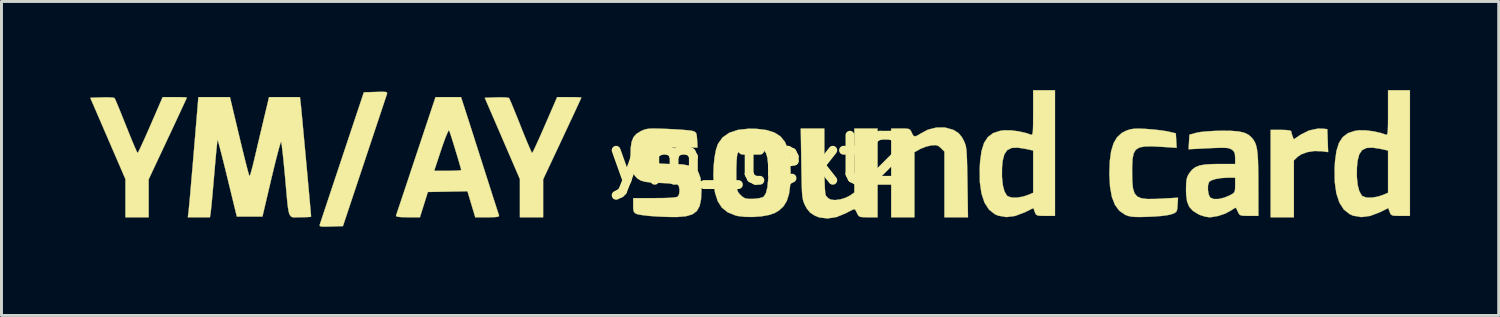
<source format=kicad_pcb>
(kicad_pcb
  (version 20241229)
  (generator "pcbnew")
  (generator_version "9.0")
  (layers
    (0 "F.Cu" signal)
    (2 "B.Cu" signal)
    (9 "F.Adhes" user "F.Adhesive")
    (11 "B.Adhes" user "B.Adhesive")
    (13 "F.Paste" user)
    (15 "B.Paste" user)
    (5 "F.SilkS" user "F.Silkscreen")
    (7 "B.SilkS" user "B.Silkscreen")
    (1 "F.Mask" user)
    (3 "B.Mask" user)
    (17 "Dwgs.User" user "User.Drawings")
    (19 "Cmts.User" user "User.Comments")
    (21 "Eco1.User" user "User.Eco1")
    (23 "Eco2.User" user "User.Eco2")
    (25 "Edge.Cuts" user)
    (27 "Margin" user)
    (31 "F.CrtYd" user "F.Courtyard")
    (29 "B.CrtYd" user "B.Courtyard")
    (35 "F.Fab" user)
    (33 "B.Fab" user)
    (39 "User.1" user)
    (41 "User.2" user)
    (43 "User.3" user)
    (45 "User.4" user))
  (footprint "ym_text2"
    (layer "F.Cu")
    (at 22.622 2.36)
    (property "Reference" "ym_text2" (at 0 0 0) (layer "F.SilkS") (effects (font (size 1.524 1.524) (thickness 0.3))))
    (attr through_hole)
    (fp_poly (pts (xy 19.099 -1.055) (xy 19.235 -1.039) (xy 19.248 -0.652) (xy 19.262 -0.264) (xy 19.053 -0.293) (xy 18.802 -0.301) (xy 18.557 -0.263) (xy 18.349 -0.187) (xy 18.232 -0.106) (xy 18.103 0.017) (xy 18.103 1.94) (xy 17.318 1.94) (xy 17.318 -1.016) (xy 17.665 -1.016) (xy 17.83 -1.011) (xy 17.953 -0.997) (xy 18.009 -0.977) (xy 18.011 -0.973) (xy 18.026 -0.9) (xy 18.055 -0.813) (xy 18.1 -0.696) (xy 18.333 -0.853) (xy 18.618 -0.996) (xy 18.919 -1.059) (xy 19.099 -1.055)) (stroke (width 0.01) (type solid)) (fill yes) (layer "F.SilkS"))
    (fp_poly (pts (xy -12.647 -2.301) (xy -12.589 -2.287) (xy -12.574 -2.259) (xy -12.581 -2.23) (xy -12.6 -2.171) (xy -12.646 -2.033) (xy -12.715 -1.825) (xy -12.805 -1.555) (xy -12.912 -1.233) (xy -13.034 -0.867) (xy -13.168 -0.465) (xy -13.311 -0.036) (xy -13.338 0.046) (xy -14.07 2.24) (xy -14.474 2.253) (xy -14.667 2.258) (xy -14.785 2.255) (xy -14.843 2.241) (xy -14.858 2.213) (xy -14.851 2.184) (xy -14.832 2.125) (xy -14.786 1.987) (xy -14.717 1.779) (xy -14.627 1.509) (xy -14.52 1.187) (xy -14.398 0.82) (xy -14.264 0.419) (xy -14.121 -0.01) (xy -14.094 -0.092) (xy -13.362 -2.286) (xy -12.958 -2.299) (xy -12.765 -2.304) (xy -12.647 -2.301)) (stroke (width 0.01) (type solid)) (fill yes) (layer "F.SilkS"))
    (fp_poly (pts (xy -19.578 -2.123) (xy -19.438 -2.118) (xy -19.36 -2.112) (xy -19.35 -2.109) (xy -19.369 -2.065) (xy -19.423 -1.948) (xy -19.507 -1.766) (xy -19.616 -1.531) (xy -19.746 -1.252) (xy -19.893 -0.938) (xy -19.997 -0.717) (xy -20.643 0.659) (xy -20.643 1.94) (xy -21.428 1.94) (xy -21.428 0.651) (xy -22.617 -2.101) (xy -22.223 -2.115) (xy -22.041 -2.117) (xy -21.895 -2.111) (xy -21.809 -2.098) (xy -21.797 -2.092) (xy -21.771 -2.04) (xy -21.717 -1.915) (xy -21.64 -1.73) (xy -21.546 -1.499) (xy -21.44 -1.235) (xy -21.403 -1.143) (xy -21.295 -0.873) (xy -21.198 -0.635) (xy -21.116 -0.442) (xy -21.055 -0.305) (xy -21.021 -0.237) (xy -21.016 -0.232) (xy -20.991 -0.272) (xy -20.935 -0.386) (xy -20.854 -0.56) (xy -20.753 -0.783) (xy -20.638 -1.043) (xy -20.579 -1.178) (xy -20.169 -2.124) (xy -19.759 -2.124) (xy -19.578 -2.123)) (stroke (width 0.01) (type solid)) (fill yes) (layer "F.SilkS"))
    (fp_poly (pts (xy -6.231 -2.123) (xy -6.091 -2.118) (xy -6.013 -2.112) (xy -6.004 -2.109) (xy -6.023 -2.065) (xy -6.076 -1.948) (xy -6.16 -1.766) (xy -6.269 -1.531) (xy -6.4 -1.252) (xy -6.547 -0.938) (xy -6.65 -0.717) (xy -7.297 0.659) (xy -7.297 1.94) (xy -8.082 1.94) (xy -8.082 0.651) (xy -8.676 -0.725) (xy -9.271 -2.101) (xy -8.877 -2.115) (xy -8.694 -2.117) (xy -8.548 -2.111) (xy -8.462 -2.098) (xy -8.45 -2.092) (xy -8.425 -2.04) (xy -8.37 -1.915) (xy -8.293 -1.73) (xy -8.199 -1.499) (xy -8.093 -1.235) (xy -8.057 -1.143) (xy -7.949 -0.873) (xy -7.851 -0.635) (xy -7.769 -0.442) (xy -7.708 -0.305) (xy -7.674 -0.237) (xy -7.669 -0.232) (xy -7.644 -0.272) (xy -7.588 -0.386) (xy -7.507 -0.56) (xy -7.406 -0.783) (xy -7.292 -1.043) (xy -7.233 -1.178) (xy -6.822 -2.124) (xy -6.413 -2.124) (xy -6.231 -2.123)) (stroke (width 0.01) (type solid)) (fill yes) (layer "F.SilkS"))
    (fp_poly (pts (xy 6.306 -1.094) (xy 6.577 -1.018) (xy 6.606 -1.004) (xy 6.759 -0.906) (xy 6.87 -0.772) (xy 6.926 -0.67) (xy 6.961 -0.596) (xy 6.988 -0.525) (xy 7.009 -0.444) (xy 7.024 -0.34) (xy 7.035 -0.2) (xy 7.043 -0.012) (xy 7.05 0.236) (xy 7.056 0.558) (xy 7.059 0.75) (xy 7.077 1.94) (xy 6.281 1.94) (xy 6.281 -0.281) (xy 6.162 -0.4) (xy 6.074 -0.474) (xy 5.984 -0.501) (xy 5.851 -0.493) (xy 5.833 -0.491) (xy 5.654 -0.448) (xy 5.477 -0.378) (xy 5.445 -0.361) (xy 5.265 -0.26) (xy 5.265 1.94) (xy 4.48 1.94) (xy 4.48 -1.062) (xy 4.797 -1.062) (xy 4.966 -1.06) (xy 5.066 -1.048) (xy 5.122 -1.017) (xy 5.158 -0.958) (xy 5.172 -0.924) (xy 5.226 -0.822) (xy 5.289 -0.793) (xy 5.383 -0.833) (xy 5.451 -0.878) (xy 5.72 -1.022) (xy 6.013 -1.095) (xy 6.306 -1.094)) (stroke (width 0.01) (type solid)) (fill yes) (layer "F.SilkS"))
    (fp_poly (pts (xy 2.217 0.026) (xy 2.219 0.403) (xy 2.225 0.717) (xy 2.235 0.96) (xy 2.249 1.125) (xy 2.265 1.205) (xy 2.266 1.206) (xy 2.346 1.293) (xy 2.43 1.341) (xy 2.574 1.36) (xy 2.76 1.336) (xy 2.95 1.276) (xy 3.101 1.196) (xy 3.233 1.102) (xy 3.233 -1.062) (xy 4.018 -1.062) (xy 4.018 1.94) (xy 3.7 1.94) (xy 3.532 1.938) (xy 3.432 1.926) (xy 3.376 1.894) (xy 3.34 1.836) (xy 3.325 1.801) (xy 3.277 1.706) (xy 3.237 1.663) (xy 3.235 1.663) (xy 3.181 1.683) (xy 3.07 1.737) (xy 2.937 1.807) (xy 2.63 1.933) (xy 2.33 1.98) (xy 2.051 1.947) (xy 1.893 1.885) (xy 1.737 1.782) (xy 1.624 1.644) (xy 1.571 1.547) (xy 1.537 1.474) (xy 1.509 1.403) (xy 1.489 1.321) (xy 1.473 1.217) (xy 1.462 1.078) (xy 1.454 0.89) (xy 1.448 0.641) (xy 1.442 0.319) (xy 1.439 0.127) (xy 1.421 -1.062) (xy 2.217 -1.062) (xy 2.217 0.026)) (stroke (width 0.01) (type solid)) (fill yes) (layer "F.SilkS"))
    (fp_poly (pts (xy 13.075 -1.05) (xy 13.129 -1.046) (xy 13.363 -1.027) (xy 13.594 -1.001) (xy 13.786 -0.972) (xy 13.855 -0.958) (xy 14.109 -0.899) (xy 14.123 -0.655) (xy 14.137 -0.41) (xy 13.632 -0.442) (xy 13.304 -0.459) (xy 13.057 -0.454) (xy 12.878 -0.42) (xy 12.758 -0.347) (xy 12.685 -0.225) (xy 12.646 -0.045) (xy 12.632 0.203) (xy 12.631 0.39) (xy 12.636 0.712) (xy 12.658 0.953) (xy 12.709 1.124) (xy 12.8 1.235) (xy 12.943 1.298) (xy 13.149 1.323) (xy 13.429 1.32) (xy 13.615 1.311) (xy 14.183 1.279) (xy 14.169 1.524) (xy 14.157 1.668) (xy 14.13 1.749) (xy 14.068 1.797) (xy 13.97 1.836) (xy 13.835 1.868) (xy 13.627 1.896) (xy 13.365 1.916) (xy 13.185 1.924) (xy 12.929 1.931) (xy 12.745 1.93) (xy 12.612 1.92) (xy 12.51 1.899) (xy 12.419 1.866) (xy 12.389 1.852) (xy 12.196 1.719) (xy 12.049 1.519) (xy 11.945 1.248) (xy 11.883 0.901) (xy 11.861 0.476) (xy 11.861 0.466) (xy 11.875 0.046) (xy 11.921 -0.293) (xy 12.002 -0.561) (xy 12.12 -0.764) (xy 12.279 -0.911) (xy 12.444 -0.995) (xy 12.564 -1.033) (xy 12.692 -1.054) (xy 12.853 -1.059) (xy 13.075 -1.05)) (stroke (width 0.01) (type solid)) (fill yes) (layer "F.SilkS"))
    (fp_poly (pts (xy 10.021 1.893) (xy 9.703 1.893) (xy 9.534 1.891) (xy 9.435 1.88) (xy 9.381 1.85) (xy 9.35 1.793) (xy 9.338 1.761) (xy 9.291 1.628) (xy 9.005 1.77) (xy 8.676 1.895) (xy 8.374 1.934) (xy 8.099 1.886) (xy 7.989 1.838) (xy 7.789 1.681) (xy 7.637 1.446) (xy 7.534 1.134) (xy 7.479 0.747) (xy 7.478 0.577) (xy 8.227 0.577) (xy 8.255 0.849) (xy 8.31 1.061) (xy 8.39 1.2) (xy 8.42 1.227) (xy 8.549 1.273) (xy 8.732 1.277) (xy 8.943 1.241) (xy 9.116 1.183) (xy 9.283 1.113) (xy 9.283 -0.317) (xy 9.04 -0.37) (xy 8.763 -0.415) (xy 8.555 -0.405) (xy 8.407 -0.333) (xy 8.308 -0.191) (xy 8.251 0.026) (xy 8.229 0.259) (xy 8.227 0.577) (xy 7.478 0.577) (xy 7.474 0.285) (xy 7.489 0.044) (xy 7.537 -0.305) (xy 7.622 -0.575) (xy 7.751 -0.773) (xy 7.928 -0.906) (xy 8.16 -0.982) (xy 8.302 -1.002) (xy 8.53 -1) (xy 8.795 -0.966) (xy 9.052 -0.907) (xy 9.202 -0.855) (xy 9.231 -0.849) (xy 9.253 -0.866) (xy 9.267 -0.92) (xy 9.276 -1.022) (xy 9.281 -1.186) (xy 9.282 -1.422) (xy 9.283 -1.588) (xy 9.283 -2.355) (xy 10.021 -2.355) (xy 10.021 1.893)) (stroke (width 0.01) (type solid)) (fill yes) (layer "F.SilkS"))
    (fp_poly (pts (xy 22.029 1.893) (xy 21.71 1.893) (xy 21.542 1.891) (xy 21.442 1.88) (xy 21.388 1.85) (xy 21.357 1.793) (xy 21.345 1.761) (xy 21.299 1.628) (xy 21.013 1.77) (xy 20.684 1.895) (xy 20.381 1.934) (xy 20.107 1.886) (xy 19.997 1.838) (xy 19.796 1.681) (xy 19.644 1.446) (xy 19.541 1.134) (xy 19.487 0.747) (xy 19.485 0.577) (xy 20.234 0.577) (xy 20.262 0.849) (xy 20.318 1.061) (xy 20.398 1.2) (xy 20.427 1.227) (xy 20.556 1.273) (xy 20.74 1.277) (xy 20.95 1.241) (xy 21.123 1.183) (xy 21.29 1.113) (xy 21.29 -0.317) (xy 21.047 -0.37) (xy 20.771 -0.415) (xy 20.562 -0.405) (xy 20.414 -0.333) (xy 20.316 -0.191) (xy 20.259 0.026) (xy 20.236 0.259) (xy 20.234 0.577) (xy 19.485 0.577) (xy 19.482 0.285) (xy 19.496 0.044) (xy 19.544 -0.305) (xy 19.629 -0.575) (xy 19.758 -0.773) (xy 19.935 -0.906) (xy 20.167 -0.982) (xy 20.31 -1.002) (xy 20.537 -1) (xy 20.802 -0.966) (xy 21.059 -0.907) (xy 21.209 -0.855) (xy 21.239 -0.849) (xy 21.26 -0.866) (xy 21.275 -0.92) (xy 21.283 -1.022) (xy 21.288 -1.186) (xy 21.29 -1.422) (xy 21.29 -1.588) (xy 21.29 -2.355) (xy 22.029 -2.355) (xy 22.029 1.893)) (stroke (width 0.01) (type solid)) (fill yes) (layer "F.SilkS"))
    (fp_poly (pts (xy -9.958 -1.766) (xy -9.917 -1.638) (xy -9.851 -1.435) (xy -9.766 -1.17) (xy -9.665 -0.855) (xy -9.553 -0.503) (xy -9.433 -0.128) (xy -9.329 0.198) (xy -9.211 0.568) (xy -9.101 0.911) (xy -9.003 1.218) (xy -8.919 1.478) (xy -8.854 1.68) (xy -8.81 1.815) (xy -8.79 1.872) (xy -8.792 1.905) (xy -8.838 1.925) (xy -8.943 1.936) (xy -9.122 1.94) (xy -9.179 1.94) (xy -9.593 1.94) (xy -9.725 1.5) (xy -9.857 1.06) (xy -10.527 1.073) (xy -11.196 1.085) (xy -11.33 1.512) (xy -11.465 1.94) (xy -11.88 1.94) (xy -12.086 1.936) (xy -12.211 1.925) (xy -12.268 1.904) (xy -12.273 1.882) (xy -12.254 1.827) (xy -12.21 1.694) (xy -12.142 1.492) (xy -12.054 1.229) (xy -11.949 0.914) (xy -11.83 0.558) (xy -11.768 0.369) (xy -10.983 0.369) (xy -10.525 0.369) (xy -10.332 0.367) (xy -10.18 0.36) (xy -10.087 0.351) (xy -10.068 0.343) (xy -10.081 0.287) (xy -10.116 0.163) (xy -10.166 -0.011) (xy -10.228 -0.215) (xy -10.293 -0.429) (xy -10.356 -0.635) (xy -10.412 -0.812) (xy -10.455 -0.941) (xy -10.478 -1.003) (xy -10.478 -1.003) (xy -10.502 -0.981) (xy -10.548 -0.884) (xy -10.612 -0.726) (xy -10.687 -0.518) (xy -10.746 -0.345) (xy -10.983 0.369) (xy -11.768 0.369) (xy -11.701 0.168) (xy -11.595 -0.15) (xy -10.937 -2.124) (xy -10.075 -2.124) (xy -9.958 -1.766)) (stroke (width 0.01) (type solid)) (fill yes) (layer "F.SilkS"))
    (fp_poly (pts (xy -0.062 -1.05) (xy 0.267 -1.009) (xy 0.531 -0.925) (xy 0.736 -0.793) (xy 0.888 -0.603) (xy 0.991 -0.349) (xy 1.052 -0.024) (xy 1.075 0.379) (xy 1.076 0.462) (xy 1.064 0.843) (xy 1.023 1.148) (xy 0.948 1.386) (xy 0.836 1.571) (xy 0.68 1.713) (xy 0.538 1.797) (xy 0.345 1.863) (xy 0.093 1.908) (xy -0.187 1.93) (xy -0.465 1.927) (xy -0.71 1.898) (xy -0.788 1.879) (xy -1.048 1.774) (xy -1.246 1.617) (xy -1.387 1.4) (xy -1.479 1.114) (xy -1.52 0.844) (xy -1.536 0.535) (xy -1.534 0.47) (xy -0.762 0.47) (xy -0.76 0.708) (xy -0.753 0.874) (xy -0.737 0.987) (xy -0.71 1.067) (xy -0.669 1.134) (xy -0.665 1.139) (xy -0.566 1.238) (xy -0.461 1.301) (xy -0.458 1.301) (xy -0.33 1.32) (xy -0.166 1.318) (xy -0.002 1.299) (xy 0.125 1.266) (xy 0.166 1.244) (xy 0.241 1.127) (xy 0.292 0.925) (xy 0.319 0.639) (xy 0.323 0.439) (xy 0.315 0.143) (xy 0.291 -0.075) (xy 0.245 -0.228) (xy 0.173 -0.33) (xy 0.071 -0.395) (xy 0.068 -0.396) (xy -0.138 -0.45) (xy -0.342 -0.45) (xy -0.524 -0.402) (xy -0.661 -0.31) (xy -0.726 -0.199) (xy -0.74 -0.102) (xy -0.752 0.064) (xy -0.76 0.273) (xy -0.762 0.47) (xy -1.534 0.47) (xy -1.527 0.218) (xy -1.497 -0.084) (xy -1.448 -0.344) (xy -1.382 -0.539) (xy -1.381 -0.541) (xy -1.226 -0.759) (xy -1 -0.917) (xy -0.703 -1.016) (xy -0.335 -1.056) (xy -0.062 -1.05)) (stroke (width 0.01) (type solid)) (fill yes) (layer "F.SilkS"))
    (fp_poly (pts (xy -3.407 -1.059) (xy -3.157 -1.05) (xy -3.077 -1.047) (xy -2.821 -1.034) (xy -2.587 -1.019) (xy -2.396 -1.002) (xy -2.269 -0.986) (xy -2.24 -0.979) (xy -2.161 -0.95) (xy -2.118 -0.904) (xy -2.097 -0.813) (xy -2.087 -0.678) (xy -2.074 -0.416) (xy -2.81 -0.416) (xy -3.097 -0.415) (xy -3.305 -0.411) (xy -3.446 -0.397) (xy -3.534 -0.37) (xy -3.58 -0.324) (xy -3.599 -0.254) (xy -3.602 -0.155) (xy -3.602 -0.113) (xy -3.592 -0.015) (xy -3.551 0.055) (xy -3.466 0.1) (xy -3.325 0.126) (xy -3.115 0.137) (xy -2.923 0.139) (xy -2.594 0.151) (xy -2.344 0.196) (xy -2.164 0.28) (xy -2.044 0.415) (xy -1.974 0.608) (xy -1.943 0.869) (xy -1.94 1.031) (xy -1.954 1.335) (xy -2.004 1.565) (xy -2.098 1.731) (xy -2.247 1.842) (xy -2.461 1.905) (xy -2.749 1.931) (xy -2.933 1.932) (xy -3.178 1.926) (xy -3.434 1.914) (xy -3.656 1.899) (xy -3.722 1.893) (xy -3.948 1.867) (xy -4.098 1.841) (xy -4.187 1.803) (xy -4.232 1.743) (xy -4.247 1.651) (xy -4.249 1.544) (xy -4.249 1.293) (xy -3.519 1.293) (xy -3.199 1.29) (xy -2.966 1.281) (xy -2.814 1.265) (xy -2.739 1.242) (xy -2.734 1.238) (xy -2.692 1.146) (xy -2.681 1.018) (xy -2.701 0.898) (xy -2.736 0.842) (xy -2.803 0.822) (xy -2.942 0.803) (xy -3.132 0.788) (xy -3.35 0.778) (xy -3.633 0.765) (xy -3.841 0.741) (xy -3.991 0.699) (xy -4.103 0.632) (xy -4.193 0.535) (xy -4.251 0.448) (xy -4.296 0.353) (xy -4.324 0.236) (xy -4.338 0.072) (xy -4.341 -0.132) (xy -4.332 -0.413) (xy -4.3 -0.62) (xy -4.238 -0.771) (xy -4.138 -0.882) (xy -3.993 -0.971) (xy -3.985 -0.975) (xy -3.898 -1.014) (xy -3.815 -1.04) (xy -3.718 -1.056) (xy -3.588 -1.061) (xy -3.407 -1.059)) (stroke (width 0.01) (type solid)) (fill yes) (layer "F.SilkS"))
    (fp_poly (pts (xy 15.98 -0.983) (xy 16.228 -0.964) (xy 16.415 -0.923) (xy 16.558 -0.857) (xy 16.67 -0.762) (xy 16.729 -0.689) (xy 16.781 -0.606) (xy 16.822 -0.506) (xy 16.852 -0.379) (xy 16.874 -0.212) (xy 16.889 0.006) (xy 16.897 0.287) (xy 16.901 0.644) (xy 16.901 0.843) (xy 16.903 1.893) (xy 16.585 1.893) (xy 16.417 1.891) (xy 16.317 1.879) (xy 16.261 1.848) (xy 16.225 1.789) (xy 16.21 1.755) (xy 16.165 1.66) (xy 16.132 1.617) (xy 16.131 1.616) (xy 16.082 1.641) (xy 15.991 1.7) (xy 15.971 1.714) (xy 15.778 1.818) (xy 15.539 1.897) (xy 15.304 1.937) (xy 15.242 1.94) (xy 15.098 1.918) (xy 14.93 1.864) (xy 14.869 1.836) (xy 14.687 1.722) (xy 14.564 1.587) (xy 14.491 1.412) (xy 14.459 1.176) (xy 14.455 1.016) (xy 14.455 1.012) (xy 15.195 1.012) (xy 15.219 1.162) (xy 15.266 1.266) (xy 15.272 1.272) (xy 15.381 1.322) (xy 15.546 1.323) (xy 15.743 1.279) (xy 15.933 1.201) (xy 16.039 1.142) (xy 16.094 1.085) (xy 16.114 0.997) (xy 16.117 0.853) (xy 16.117 0.6) (xy 15.875 0.601) (xy 15.648 0.614) (xy 15.451 0.647) (xy 15.305 0.695) (xy 15.234 0.747) (xy 15.199 0.86) (xy 15.195 1.012) (xy 14.455 1.012) (xy 14.459 0.807) (xy 14.473 0.664) (xy 14.503 0.559) (xy 14.554 0.465) (xy 14.56 0.457) (xy 14.657 0.334) (xy 14.77 0.247) (xy 14.915 0.189) (xy 15.109 0.155) (xy 15.368 0.141) (xy 15.552 0.139) (xy 16.117 0.139) (xy 16.117 -0.068) (xy 16.107 -0.21) (xy 16.066 -0.297) (xy 16.001 -0.351) (xy 15.943 -0.381) (xy 15.87 -0.401) (xy 15.763 -0.41) (xy 15.606 -0.41) (xy 15.384 -0.403) (xy 15.213 -0.395) (xy 14.542 -0.361) (xy 14.556 -0.608) (xy 14.57 -0.854) (xy 14.801 -0.917) (xy 14.949 -0.944) (xy 15.166 -0.966) (xy 15.427 -0.981) (xy 15.656 -0.987) (xy 15.98 -0.983)) (stroke (width 0.01) (type solid)) (fill yes) (layer "F.SilkS"))
    (fp_poly (pts (xy -17.574 -0.785) (xy -17.493 -0.448) (xy -17.418 -0.143) (xy -17.352 0.121) (xy -17.297 0.331) (xy -17.256 0.478) (xy -17.233 0.549) (xy -17.229 0.554) (xy -17.209 0.511) (xy -17.174 0.396) (xy -17.128 0.225) (xy -17.076 0.014) (xy -17.07 -0.012) (xy -17.011 -0.263) (xy -16.939 -0.571) (xy -16.86 -0.903) (xy -16.783 -1.227) (xy -16.754 -1.351) (xy -16.569 -2.124) (xy -15.524 -2.124) (xy -15.496 -1.882) (xy -15.487 -1.798) (xy -15.472 -1.639) (xy -15.451 -1.415) (xy -15.425 -1.139) (xy -15.396 -0.824) (xy -15.364 -0.48) (xy -15.331 -0.119) (xy -15.297 0.245) (xy -15.265 0.603) (xy -15.234 0.94) (xy -15.206 1.246) (xy -15.183 1.509) (xy -15.164 1.717) (xy -15.152 1.857) (xy -15.148 1.919) (xy -15.148 1.92) (xy -15.19 1.929) (xy -15.303 1.936) (xy -15.464 1.939) (xy -15.513 1.94) (xy -15.625 1.942) (xy -15.713 1.945) (xy -15.781 1.937) (xy -15.833 1.909) (xy -15.873 1.853) (xy -15.904 1.758) (xy -15.929 1.615) (xy -15.952 1.414) (xy -15.977 1.146) (xy -16.007 0.802) (xy -16.029 0.554) (xy -16.059 0.24) (xy -16.087 -0.043) (xy -16.113 -0.283) (xy -16.135 -0.466) (xy -16.152 -0.58) (xy -16.161 -0.611) (xy -16.179 -0.577) (xy -16.214 -0.464) (xy -16.264 -0.283) (xy -16.326 -0.044) (xy -16.397 0.242) (xy -16.474 0.562) (xy -16.492 0.635) (xy -16.793 1.917) (xy -17.659 1.917) (xy -17.978 0.609) (xy -18.059 0.277) (xy -18.134 -0.022) (xy -18.199 -0.279) (xy -18.252 -0.482) (xy -18.29 -0.62) (xy -18.31 -0.682) (xy -18.312 -0.684) (xy -18.319 -0.636) (xy -18.333 -0.509) (xy -18.353 -0.314) (xy -18.376 -0.065) (xy -18.402 0.227) (xy -18.424 0.485) (xy -18.452 0.81) (xy -18.479 1.112) (xy -18.503 1.377) (xy -18.524 1.589) (xy -18.539 1.734) (xy -18.546 1.79) (xy -18.569 1.94) (xy -19.316 1.94) (xy -19.289 1.72) (xy -19.28 1.626) (xy -19.263 1.451) (xy -19.241 1.207) (xy -19.215 0.905) (xy -19.185 0.557) (xy -19.152 0.174) (xy -19.118 -0.232) (xy -19.111 -0.312) (xy -18.96 -2.124) (xy -17.892 -2.124) (xy -17.574 -0.785)) (stroke (width 0.01) (type solid)) (fill yes) (layer "F.SilkS")))
  (gr_rect
    (start -3 -3)
    (end 47.656 7.623)
    (stroke (width 0.1) (type default))
    (fill no)
    (layer "Edge.Cuts")))
</source>
